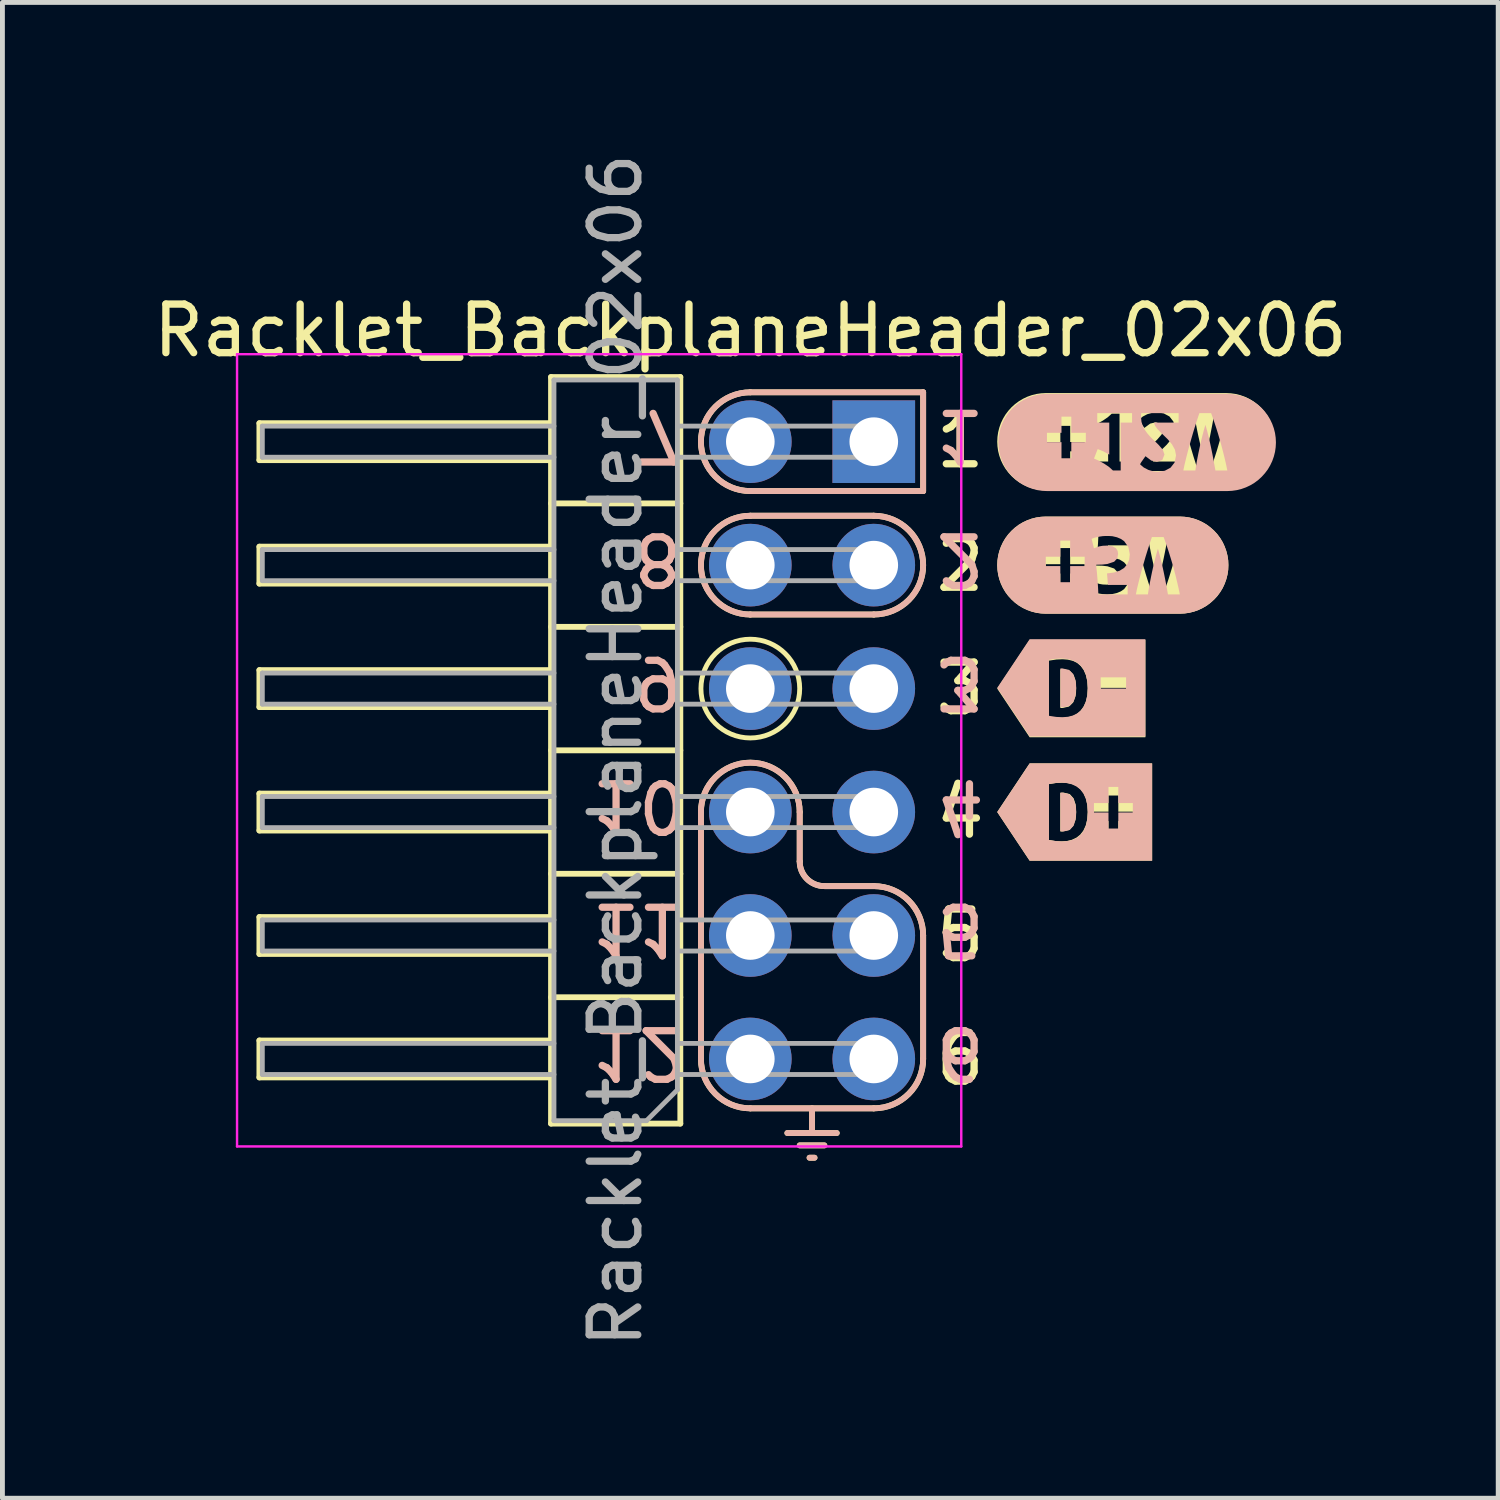
<source format=kicad_pcb>
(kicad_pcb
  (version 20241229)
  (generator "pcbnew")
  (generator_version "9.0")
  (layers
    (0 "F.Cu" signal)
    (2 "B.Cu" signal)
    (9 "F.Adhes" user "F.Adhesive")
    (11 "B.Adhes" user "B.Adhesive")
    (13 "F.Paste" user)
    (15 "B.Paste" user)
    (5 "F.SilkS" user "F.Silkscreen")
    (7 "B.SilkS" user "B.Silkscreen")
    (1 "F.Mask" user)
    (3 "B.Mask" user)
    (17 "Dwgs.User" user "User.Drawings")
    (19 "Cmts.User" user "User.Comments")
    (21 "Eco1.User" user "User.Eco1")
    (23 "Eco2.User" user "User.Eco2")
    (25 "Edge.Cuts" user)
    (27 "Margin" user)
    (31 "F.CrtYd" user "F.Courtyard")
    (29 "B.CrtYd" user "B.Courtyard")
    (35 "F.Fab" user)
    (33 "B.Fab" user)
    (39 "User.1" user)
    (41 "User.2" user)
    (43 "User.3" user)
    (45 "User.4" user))
  (footprint "Racklet_BackplaneHeader_02x06"
    (layer "F.Cu")
    (at 14.927 6.037)
    (property "Reference" "Racklet_BackplaneHeader_02x06" (at -2.54 -2.286 180) (layer "F.SilkS") (effects (font (size 1 1) (thickness 0.15))))
    (attr through_hole)
    (fp_line (start -12.64 -0.38) (end -6.64 -0.38) (stroke (width 0.12) (type solid)) (layer "F.SilkS"))
    (fp_line (start -12.64 0.38) (end -12.64 -0.38) (stroke (width 0.12) (type solid)) (layer "F.SilkS"))
    (fp_line (start -12.64 2.16) (end -6.64 2.16) (stroke (width 0.12) (type solid)) (layer "F.SilkS"))
    (fp_line (start -12.64 2.92) (end -12.64 2.16) (stroke (width 0.12) (type solid)) (layer "F.SilkS"))
    (fp_line (start -12.64 4.7) (end -6.64 4.7) (stroke (width 0.12) (type solid)) (layer "F.SilkS"))
    (fp_line (start -12.64 5.46) (end -12.64 4.7) (stroke (width 0.12) (type solid)) (layer "F.SilkS"))
    (fp_line (start -12.64 7.24) (end -6.64 7.24) (stroke (width 0.12) (type solid)) (layer "F.SilkS"))
    (fp_line (start -12.64 8) (end -12.64 7.24) (stroke (width 0.12) (type solid)) (layer "F.SilkS"))
    (fp_line (start -12.64 9.78) (end -6.64 9.78) (stroke (width 0.12) (type solid)) (layer "F.SilkS"))
    (fp_line (start -12.64 10.54) (end -12.64 9.78) (stroke (width 0.12) (type solid)) (layer "F.SilkS"))
    (fp_line (start -12.64 12.32) (end -6.64 12.32) (stroke (width 0.12) (type solid)) (layer "F.SilkS"))
    (fp_line (start -12.64 13.08) (end -12.64 12.32) (stroke (width 0.12) (type solid)) (layer "F.SilkS"))
    (fp_line (start -6.64 -1.33) (end -6.64 14.03) (stroke (width 0.12) (type solid)) (layer "F.SilkS"))
    (fp_line (start -6.64 0.38) (end -12.64 0.38) (stroke (width 0.12) (type solid)) (layer "F.SilkS"))
    (fp_line (start -6.64 2.92) (end -12.64 2.92) (stroke (width 0.12) (type solid)) (layer "F.SilkS"))
    (fp_line (start -6.64 5.46) (end -12.64 5.46) (stroke (width 0.12) (type solid)) (layer "F.SilkS"))
    (fp_line (start -6.64 8) (end -12.64 8) (stroke (width 0.12) (type solid)) (layer "F.SilkS"))
    (fp_line (start -6.64 10.54) (end -12.64 10.54) (stroke (width 0.12) (type solid)) (layer "F.SilkS"))
    (fp_line (start -6.64 13.08) (end -12.64 13.08) (stroke (width 0.12) (type solid)) (layer "F.SilkS"))
    (fp_line (start -6.64 14.03) (end -3.98 14.03) (stroke (width 0.12) (type solid)) (layer "F.SilkS"))
    (fp_line (start -3.98 -1.33) (end -6.64 -1.33) (stroke (width 0.12) (type solid)) (layer "F.SilkS"))
    (fp_line (start -3.98 1.27) (end -6.64 1.27) (stroke (width 0.12) (type solid)) (layer "F.SilkS"))
    (fp_line (start -3.98 3.81) (end -6.64 3.81) (stroke (width 0.12) (type solid)) (layer "F.SilkS"))
    (fp_line (start -3.98 6.35) (end -6.64 6.35) (stroke (width 0.12) (type solid)) (layer "F.SilkS"))
    (fp_line (start -3.98 8.89) (end -6.64 8.89) (stroke (width 0.12) (type solid)) (layer "F.SilkS"))
    (fp_line (start -3.98 11.43) (end -6.64 11.43) (stroke (width 0.12) (type solid)) (layer "F.SilkS"))
    (fp_line (start -3.98 14.03) (end -3.98 -1.33) (stroke (width 0.12) (type solid)) (layer "F.SilkS"))
    (fp_line (start -3.556 7.62) (end -3.556 12.7) (stroke (width 0.12) (type default)) (layer "F.SilkS"))
    (fp_line (start -2.54 -1.016) (end 1.016 -1.016) (stroke (width 0.12) (type solid)) (layer "F.SilkS"))
    (fp_line (start -2.54 3.556) (end 0 3.556) (stroke (width 0.12) (type default)) (layer "F.SilkS"))
    (fp_line (start -2.54 13.716) (end 0 13.716) (stroke (width 0.12) (type solid)) (layer "F.SilkS"))
    (fp_line (start -1.524 8.636) (end -1.524 7.62) (stroke (width 0.12) (type default)) (layer "F.SilkS"))
    (fp_line (start -1.27 13.716) (end -1.27 14.224) (stroke (width 0.12) (type solid)) (layer "F.SilkS"))
    (fp_line (start -1.219 14.732) (end -1.321 14.732) (stroke (width 0.12) (type solid)) (layer "F.SilkS"))
    (fp_line (start -1.016 9.144) (end 0 9.144) (stroke (width 0.12) (type default)) (layer "F.SilkS"))
    (fp_line (start -1.016 14.478) (end -1.524 14.478) (stroke (width 0.12) (type solid)) (layer "F.SilkS"))
    (fp_line (start -0.762 14.224) (end -1.778 14.224) (stroke (width 0.12) (type solid)) (layer "F.SilkS"))
    (fp_line (start 0 1.524) (end -2.54 1.524) (stroke (width 0.12) (type default)) (layer "F.SilkS"))
    (fp_line (start 1.016 -1.016) (end 1.016 1.016) (stroke (width 0.12) (type default)) (layer "F.SilkS"))
    (fp_line (start 1.016 1.016) (end -2.54 1.016) (stroke (width 0.12) (type solid)) (layer "F.SilkS"))
    (fp_line (start 1.016 12.7) (end 1.016 10.16) (stroke (width 0.12) (type default)) (layer "F.SilkS"))
    (fp_arc (start -3.556 7.62) (mid -2.54 6.604) (end -1.524 7.62) (stroke (width 0.12) (type default)) (layer "F.SilkS"))
    (fp_arc (start -2.54 1.016) (mid -3.556 0) (end -2.54 -1.016) (stroke (width 0.12) (type solid)) (layer "F.SilkS"))
    (fp_arc (start -2.54 3.556) (mid -3.556 2.54) (end -2.54 1.524) (stroke (width 0.12) (type solid)) (layer "F.SilkS"))
    (fp_arc (start -2.54 13.716) (mid -3.25842 13.41842) (end -3.556 12.7) (stroke (width 0.12) (type default)) (layer "F.SilkS"))
    (fp_arc (start -1.016 9.144) (mid -1.37521 8.99521) (end -1.524 8.636) (stroke (width 0.12) (type default)) (layer "F.SilkS"))
    (fp_arc (start 0 1.524) (mid 1.016 2.54) (end 0 3.556) (stroke (width 0.12) (type default)) (layer "F.SilkS"))
    (fp_arc (start 0 9.144) (mid 0.71842 9.44158) (end 1.016 10.16) (stroke (width 0.12) (type default)) (layer "F.SilkS"))
    (fp_arc (start 1.016 12.7) (mid 0.71842 13.41842) (end 0 13.716) (stroke (width 0.12) (type default)) (layer "F.SilkS"))
    (fp_circle (center -2.54 5.08) (end -2.54 4.064) (stroke (width 0.1) (type default)) (fill no) (layer "F.SilkS"))
    (fp_poly (pts (xy 3.838 5.478) (xy 3.859 5.48) (xy 3.88 5.48) (xy 4.015 5.45) (xy 4.102 5.366) (xy 4.15 5.239) (xy 4.161 5.162) (xy 4.164 5.078) (xy 4.153 4.93) (xy 4.113 4.802) (xy 4.035 4.713) (xy 3.907 4.68) (xy 3.873 4.681) (xy 3.838 4.686) (xy 3.838 5.478)) (stroke (width 0) (type solid)) (fill yes) (layer "F.SilkS"))
    (fp_poly (pts (xy 3.838 8.018) (xy 3.859 8.02) (xy 3.88 8.02) (xy 4.015 7.99) (xy 4.102 7.906) (xy 4.15 7.779) (xy 4.161 7.702) (xy 4.164 7.618) (xy 4.153 7.47) (xy 4.113 7.342) (xy 4.035 7.253) (xy 3.907 7.22) (xy 3.873 7.221) (xy 3.838 7.226) (xy 3.838 8.018)) (stroke (width 0) (type solid)) (fill yes) (layer "F.SilkS"))
    (fp_poly (pts (xy 3.604 4.079) (xy 3.207 4.079) (xy 2.54 5.08) (xy 3.207 6.081) (xy 3.604 6.081) (xy 3.856 6.081) (xy 3.856 5.684) (xy 3.733 5.677) (xy 3.604 5.655) (xy 3.604 4.505) (xy 3.755 4.482) (xy 3.886 4.476) (xy 3.997 4.485) (xy 4.098 4.51) (xy 4.187 4.554) (xy 4.261 4.618) (xy 4.321 4.701) (xy 4.365 4.805) (xy 4.393 4.93) (xy 4.402 5.078) (xy 4.392 5.23) (xy 4.361 5.357) (xy 4.312 5.462) (xy 4.248 5.545) (xy 4.169 5.607) (xy 4.076 5.651) (xy 3.971 5.676) (xy 3.856 5.684) (xy 3.856 6.081) (xy 5.191 6.081) (xy 5.191 5.295) (xy 4.669 5.295) (xy 4.669 5.065) (xy 5.191 5.065) (xy 5.191 5.295) (xy 5.191 6.081) (xy 5.588 6.081) (xy 5.588 4.079) (xy 5.191 4.079) (xy 3.604 4.079)) (stroke (width 0) (type solid)) (fill yes) (layer "F.SilkS"))
    (fp_poly (pts (xy 3.604 6.619) (xy 3.207 6.619) (xy 2.54 7.62) (xy 3.207 8.621) (xy 3.604 8.621) (xy 3.856 8.621) (xy 3.856 8.224) (xy 3.733 8.217) (xy 3.604 8.195) (xy 3.604 7.045) (xy 3.755 7.022) (xy 3.886 7.016) (xy 3.997 7.025) (xy 4.098 7.05) (xy 4.187 7.094) (xy 4.261 7.158) (xy 4.321 7.241) (xy 4.365 7.345) (xy 4.393 7.47) (xy 4.402 7.618) (xy 4.392 7.77) (xy 4.361 7.897) (xy 4.312 8.002) (xy 4.248 8.085) (xy 4.169 8.147) (xy 4.076 8.191) (xy 3.971 8.216) (xy 3.856 8.224) (xy 3.856 8.621) (xy 5.031 8.621) (xy 5.031 8.136) (xy 4.829 8.136) (xy 4.829 7.805) (xy 4.53 7.805) (xy 4.53 7.612) (xy 4.829 7.612) (xy 4.829 7.281) (xy 5.031 7.281) (xy 5.031 7.612) (xy 5.33 7.612) (xy 5.33 7.805) (xy 5.031 7.805) (xy 5.031 8.136) (xy 5.031 8.621) (xy 5.33 8.621) (xy 5.727 8.621) (xy 5.727 6.619) (xy 5.33 6.619) (xy 3.604 6.619)) (stroke (width 0) (type solid)) (fill yes) (layer "F.SilkS"))
    (fp_poly (pts (xy 3.539 1.541) (xy 3.539 1.541) (xy 3.441 1.546) (xy 3.344 1.56) (xy 3.249 1.584) (xy 3.157 1.617) (xy 3.068 1.659) (xy 2.984 1.709) (xy 2.905 1.768) (xy 2.833 1.834) (xy 2.767 1.906) (xy 2.708 1.985) (xy 2.658 2.069) (xy 2.616 2.158) (xy 2.583 2.25) (xy 2.559 2.345) (xy 2.545 2.442) (xy 2.54 2.54) (xy 2.545 2.638) (xy 2.559 2.735) (xy 2.583 2.83) (xy 2.616 2.922) (xy 2.658 3.011) (xy 2.708 3.095) (xy 2.767 3.174) (xy 2.833 3.246) (xy 2.905 3.312) (xy 2.984 3.371) (xy 3.068 3.421) (xy 3.157 3.463) (xy 3.249 3.496) (xy 3.344 3.52) (xy 3.441 3.534) (xy 3.539 3.539) (xy 3.539 3.539) (xy 4.04 3.539) (xy 4.04 3.045) (xy 3.838 3.045) (xy 3.838 2.713) (xy 3.539 2.713) (xy 3.539 2.521) (xy 3.838 2.521) (xy 3.838 2.189) (xy 4.04 2.189) (xy 4.04 2.521) (xy 4.339 2.521) (xy 4.339 2.713) (xy 4.04 2.713) (xy 4.04 3.045) (xy 4.04 3.539) (xy 4.8 3.539) (xy 4.8 3.142) (xy 4.707 3.136) (xy 4.615 3.122) (xy 4.536 3.102) (xy 4.482 3.081) (xy 4.53 2.887) (xy 4.636 2.925) (xy 4.709 2.938) (xy 4.798 2.942) (xy 4.912 2.927) (xy 4.982 2.888) (xy 5.017 2.833) (xy 5.027 2.771) (xy 5.011 2.68) (xy 4.946 2.61) (xy 4.808 2.564) (xy 4.704 2.552) (xy 4.573 2.548) (xy 4.591 2.389) (xy 4.604 2.234) (xy 4.614 2.084) (xy 4.621 1.938) (xy 5.223 1.938) (xy 5.223 2.132) (xy 4.817 2.132) (xy 4.808 2.26) (xy 4.798 2.369) (xy 4.942 2.388) (xy 5.06 2.426) (xy 5.151 2.483) (xy 5.215 2.558) (xy 5.254 2.65) (xy 5.267 2.761) (xy 5.238 2.912) (xy 5.151 3.033) (xy 5.084 3.079) (xy 5.004 3.113) (xy 4.909 3.135) (xy 4.8 3.142) (xy 4.8 3.539) (xy 5.722 3.539) (xy 5.722 3.117) (xy 5.675 2.977) (xy 5.625 2.82) (xy 5.591 2.71) (xy 5.559 2.599) (xy 5.528 2.49) (xy 5.498 2.382) (xy 5.471 2.278) (xy 5.446 2.178) (xy 5.414 2.045) (xy 5.393 1.938) (xy 5.64 1.938) (xy 5.655 2.037) (xy 5.675 2.15) (xy 5.699 2.273) (xy 5.725 2.4) (xy 5.754 2.528) (xy 5.784 2.653) (xy 5.815 2.772) (xy 5.846 2.877) (xy 5.876 2.773) (xy 5.907 2.655) (xy 5.936 2.53) (xy 5.964 2.402) (xy 5.99 2.275) (xy 6.014 2.151) (xy 6.035 2.037) (xy 6.052 1.938) (xy 6.297 1.938) (xy 6.272 2.059) (xy 6.241 2.193) (xy 6.206 2.338) (xy 6.165 2.49) (xy 6.136 2.594) (xy 6.104 2.699) (xy 6.071 2.806) (xy 6.036 2.912) (xy 6 3.016) (xy 5.964 3.117) (xy 5.722 3.117) (xy 5.722 3.539) (xy 6.297 3.539) (xy 6.298 3.539) (xy 6.396 3.534) (xy 6.492 3.52) (xy 6.588 3.496) (xy 6.68 3.463) (xy 6.768 3.421) (xy 6.853 3.371) (xy 6.931 3.312) (xy 7.004 3.246) (xy 7.07 3.174) (xy 7.128 3.095) (xy 7.179 3.011) (xy 7.22 2.922) (xy 7.253 2.83) (xy 7.277 2.735) (xy 7.292 2.638) (xy 7.296 2.54) (xy 7.292 2.442) (xy 7.277 2.345) (xy 7.253 2.25) (xy 7.22 2.158) (xy 7.179 2.069) (xy 7.128 1.985) (xy 7.07 1.906) (xy 7.004 1.834) (xy 6.931 1.768) (xy 6.853 1.709) (xy 6.768 1.659) (xy 6.68 1.617) (xy 6.588 1.584) (xy 6.492 1.56) (xy 6.396 1.546) (xy 6.298 1.541) (xy 6.297 1.541) (xy 3.539 1.541)) (stroke (width 0) (type solid)) (fill yes) (layer "F.SilkS"))
    (fp_poly (pts (xy 3.54 -1) (xy 3.54 -1) (xy 3.442 -0.995) (xy 3.345 -0.981) (xy 3.25 -0.957) (xy 3.157 -0.924) (xy 3.069 -0.882) (xy 2.984 -0.831) (xy 2.906 -0.773) (xy 2.833 -0.707) (xy 2.767 -0.634) (xy 2.708 -0.555) (xy 2.658 -0.471) (xy 2.616 -0.383) (xy 2.583 -0.29) (xy 2.559 -0.195) (xy 2.545 -0.098) (xy 2.54 0) (xy 2.545 0.098) (xy 2.559 0.195) (xy 2.583 0.29) (xy 2.616 0.383) (xy 2.658 0.471) (xy 2.708 0.555) (xy 2.767 0.634) (xy 2.833 0.707) (xy 2.906 0.773) (xy 2.984 0.831) (xy 3.069 0.882) (xy 3.157 0.924) (xy 3.25 0.957) (xy 3.345 0.981) (xy 3.442 0.995) (xy 3.54 1) (xy 3.54 1) (xy 4.041 1) (xy 4.041 0.531) (xy 3.839 0.531) (xy 3.839 0.199) (xy 3.54 0.199) (xy 3.54 0.007) (xy 3.839 0.007) (xy 3.839 -0.325) (xy 4.041 -0.325) (xy 4.041 0.007) (xy 4.34 0.007) (xy 4.34 0.199) (xy 4.041 0.199) (xy 4.041 0.531) (xy 4.041 1) (xy 5.291 1) (xy 5.291 0.603) (xy 4.574 0.603) (xy 4.574 0.409) (xy 4.822 0.409) (xy 4.822 -0.251) (xy 4.7 -0.183) (xy 4.584 -0.136) (xy 4.508 -0.331) (xy 4.607 -0.374) (xy 4.713 -0.433) (xy 4.814 -0.502) (xy 4.896 -0.576) (xy 5.056 -0.576) (xy 5.056 0.409) (xy 5.291 0.409) (xy 5.291 0.603) (xy 5.291 1) (xy 6.249 1) (xy 6.249 0.603) (xy 5.479 0.603) (xy 5.474 0.555) (xy 5.475 0.515) (xy 5.484 0.424) (xy 5.511 0.34) (xy 5.551 0.263) (xy 5.6 0.192) (xy 5.656 0.127) (xy 5.716 0.067) (xy 5.776 0.01) (xy 5.833 -0.045) (xy 5.922 -0.148) (xy 5.957 -0.249) (xy 5.914 -0.36) (xy 5.803 -0.399) (xy 5.687 -0.372) (xy 5.567 -0.283) (xy 5.451 -0.447) (xy 5.533 -0.516) (xy 5.627 -0.565) (xy 5.727 -0.593) (xy 5.826 -0.603) (xy 5.965 -0.582) (xy 6.083 -0.519) (xy 6.165 -0.413) (xy 6.196 -0.266) (xy 6.173 -0.149) (xy 6.112 -0.039) (xy 6.026 0.064) (xy 5.929 0.159) (xy 5.872 0.213) (xy 5.811 0.278) (xy 5.762 0.346) (xy 5.742 0.409) (xy 6.249 0.409) (xy 6.249 0.603) (xy 6.249 1) (xy 6.676 1) (xy 6.676 0.603) (xy 6.628 0.463) (xy 6.578 0.306) (xy 6.545 0.195) (xy 6.512 0.085) (xy 6.481 -0.025) (xy 6.452 -0.133) (xy 6.425 -0.236) (xy 6.399 -0.336) (xy 6.368 -0.47) (xy 6.346 -0.576) (xy 6.594 -0.576) (xy 6.608 -0.477) (xy 6.628 -0.364) (xy 6.652 -0.241) (xy 6.678 -0.114) (xy 6.707 0.013) (xy 6.738 0.139) (xy 6.769 0.257) (xy 6.799 0.363) (xy 6.83 0.259) (xy 6.86 0.141) (xy 6.89 0.015) (xy 6.918 -0.112) (xy 6.943 -0.239) (xy 6.967 -0.363) (xy 6.988 -0.477) (xy 7.005 -0.576) (xy 7.251 -0.576) (xy 7.225 -0.455) (xy 7.195 -0.321) (xy 7.159 -0.176) (xy 7.119 -0.025) (xy 7.089 0.079) (xy 7.058 0.185) (xy 7.024 0.291) (xy 6.989 0.398) (xy 6.954 0.501) (xy 6.918 0.603) (xy 6.676 0.603) (xy 6.676 1) (xy 7.251 1) (xy 7.251 1) (xy 7.349 0.995) (xy 7.446 0.981) (xy 7.541 0.957) (xy 7.634 0.924) (xy 7.722 0.882) (xy 7.807 0.831) (xy 7.885 0.773) (xy 7.958 0.707) (xy 8.024 0.634) (xy 8.082 0.555) (xy 8.133 0.471) (xy 8.175 0.383) (xy 8.208 0.29) (xy 8.232 0.195) (xy 8.246 0.098) (xy 8.251 0) (xy 8.246 -0.098) (xy 8.232 -0.195) (xy 8.208 -0.29) (xy 8.175 -0.383) (xy 8.133 -0.471) (xy 8.082 -0.555) (xy 8.024 -0.634) (xy 7.958 -0.707) (xy 7.885 -0.773) (xy 7.807 -0.831) (xy 7.722 -0.882) (xy 7.634 -0.924) (xy 7.541 -0.957) (xy 7.446 -0.981) (xy 7.349 -0.995) (xy 7.251 -1) (xy 7.251 -1) (xy 3.54 -1)) (stroke (width 0) (type solid)) (fill yes) (layer "F.SilkS"))
    (fp_line (start -3.556 7.62) (end -3.556 12.7) (stroke (width 0.12) (type default)) (layer "B.SilkS"))
    (fp_line (start -2.54 1.016) (end 1.016 1.016) (stroke (width 0.12) (type solid)) (layer "B.SilkS"))
    (fp_line (start -2.54 1.524) (end 0 1.524) (stroke (width 0.12) (type default)) (layer "B.SilkS"))
    (fp_line (start -2.54 13.716) (end 0 13.716) (stroke (width 0.12) (type solid)) (layer "B.SilkS"))
    (fp_line (start -1.778 14.224) (end -0.762 14.224) (stroke (width 0.12) (type solid)) (layer "B.SilkS"))
    (fp_line (start -1.524 8.636) (end -1.524 7.62) (stroke (width 0.12) (type default)) (layer "B.SilkS"))
    (fp_line (start -1.524 14.478) (end -1.016 14.478) (stroke (width 0.12) (type solid)) (layer "B.SilkS"))
    (fp_line (start -1.321 14.732) (end -1.219 14.732) (stroke (width 0.12) (type solid)) (layer "B.SilkS"))
    (fp_line (start -1.27 13.716) (end -1.27 14.224) (stroke (width 0.12) (type solid)) (layer "B.SilkS"))
    (fp_line (start -1.016 9.144) (end 0 9.144) (stroke (width 0.12) (type default)) (layer "B.SilkS"))
    (fp_line (start 0 3.556) (end -2.54 3.556) (stroke (width 0.12) (type default)) (layer "B.SilkS"))
    (fp_line (start 1.016 -1.016) (end -2.54 -1.016) (stroke (width 0.12) (type solid)) (layer "B.SilkS"))
    (fp_line (start 1.016 1.016) (end 1.016 -1.016) (stroke (width 0.12) (type default)) (layer "B.SilkS"))
    (fp_line (start 1.016 12.7) (end 1.016 10.16) (stroke (width 0.12) (type default)) (layer "B.SilkS"))
    (fp_arc (start -3.556 7.62) (mid -2.54 6.604) (end -1.524 7.62) (stroke (width 0.12) (type default)) (layer "B.SilkS"))
    (fp_arc (start -2.54 1.016) (mid -3.556 0) (end -2.54 -1.016) (stroke (width 0.12) (type solid)) (layer "B.SilkS"))
    (fp_arc (start -2.54 3.556) (mid -3.556 2.54) (end -2.54 1.524) (stroke (width 0.12) (type default)) (layer "B.SilkS"))
    (fp_arc (start -2.54 13.716) (mid -3.25842 13.41842) (end -3.556 12.7) (stroke (width 0.12) (type default)) (layer "B.SilkS"))
    (fp_arc (start -1.016 9.144) (mid -1.37521 8.99521) (end -1.524 8.636) (stroke (width 0.12) (type default)) (layer "B.SilkS"))
    (fp_arc (start 0 1.524) (mid 1.016 2.54) (end 0 3.556) (stroke (width 0.12) (type solid)) (layer "B.SilkS"))
    (fp_arc (start 0 9.144) (mid 0.71842 9.44158) (end 1.016 10.16) (stroke (width 0.12) (type default)) (layer "B.SilkS"))
    (fp_arc (start 1.016 12.7) (mid 0.71842 13.41842) (end 0 13.716) (stroke (width 0.12) (type default)) (layer "B.SilkS"))
    (fp_poly (pts (xy 3.838 7.222) (xy 3.859 7.22) (xy 3.88 7.22) (xy 4.015 7.25) (xy 4.102 7.334) (xy 4.15 7.461) (xy 4.161 7.538) (xy 4.164 7.622) (xy 4.153 7.77) (xy 4.113 7.898) (xy 4.035 7.987) (xy 3.907 8.02) (xy 3.873 8.019) (xy 3.838 8.014) (xy 3.838 7.222)) (stroke (width 0) (type solid)) (fill yes) (layer "B.SilkS"))
    (fp_poly (pts (xy 3.839 4.667) (xy 3.86 4.665) (xy 3.88 4.665) (xy 4.015 4.695) (xy 4.102 4.779) (xy 4.15 4.906) (xy 4.161 4.983) (xy 4.164 5.067) (xy 4.153 5.215) (xy 4.113 5.343) (xy 4.035 5.431) (xy 3.907 5.465) (xy 3.873 5.464) (xy 3.839 5.459) (xy 3.839 4.667)) (stroke (width 0) (type solid)) (fill yes) (layer "B.SilkS"))
    (fp_poly (pts (xy 3.604 6.066) (xy 3.207 6.066) (xy 2.54 5.065) (xy 3.207 4.064) (xy 3.604 4.064) (xy 3.856 4.064) (xy 3.856 4.461) (xy 3.733 4.468) (xy 3.604 4.489) (xy 3.604 5.64) (xy 3.755 5.663) (xy 3.886 5.669) (xy 3.997 5.66) (xy 4.099 5.634) (xy 4.187 5.59) (xy 4.261 5.527) (xy 4.321 5.443) (xy 4.365 5.34) (xy 4.393 5.215) (xy 4.402 5.067) (xy 4.392 4.915) (xy 4.361 4.788) (xy 4.313 4.683) (xy 4.248 4.6) (xy 4.169 4.537) (xy 4.076 4.494) (xy 3.971 4.469) (xy 3.856 4.461) (xy 3.856 4.064) (xy 5.191 4.064) (xy 5.191 4.849) (xy 4.669 4.849) (xy 4.669 5.08) (xy 5.191 5.08) (xy 5.191 4.849) (xy 5.191 4.064) (xy 5.588 4.064) (xy 5.588 6.066) (xy 5.191 6.066) (xy 3.604 6.066)) (stroke (width 0) (type solid)) (fill yes) (layer "B.SilkS"))
    (fp_poly (pts (xy 3.604 8.621) (xy 3.207 8.621) (xy 2.54 7.62) (xy 3.207 6.619) (xy 3.604 6.619) (xy 3.856 6.619) (xy 3.856 7.016) (xy 3.733 7.023) (xy 3.604 7.045) (xy 3.604 8.195) (xy 3.755 8.218) (xy 3.886 8.224) (xy 3.997 8.215) (xy 4.098 8.19) (xy 4.187 8.146) (xy 4.261 8.082) (xy 4.321 7.999) (xy 4.365 7.895) (xy 4.393 7.77) (xy 4.402 7.622) (xy 4.392 7.47) (xy 4.361 7.343) (xy 4.312 7.238) (xy 4.248 7.155) (xy 4.169 7.093) (xy 4.076 7.049) (xy 3.971 7.024) (xy 3.856 7.016) (xy 3.856 6.619) (xy 5.031 6.619) (xy 5.031 7.104) (xy 4.829 7.104) (xy 4.829 7.435) (xy 4.53 7.435) (xy 4.53 7.628) (xy 4.829 7.628) (xy 4.829 7.959) (xy 5.031 7.959) (xy 5.031 7.628) (xy 5.33 7.628) (xy 5.33 7.435) (xy 5.031 7.435) (xy 5.031 7.104) (xy 5.031 6.619) (xy 5.33 6.619) (xy 5.727 6.619) (xy 5.727 8.621) (xy 5.33 8.621) (xy 3.604 8.621)) (stroke (width 0) (type solid)) (fill yes) (layer "B.SilkS"))
    (fp_poly (pts (xy 3.539 3.539) (xy 3.539 3.539) (xy 3.441 3.534) (xy 3.344 3.52) (xy 3.249 3.496) (xy 3.157 3.463) (xy 3.068 3.421) (xy 2.984 3.371) (xy 2.905 3.312) (xy 2.833 3.246) (xy 2.767 3.174) (xy 2.708 3.095) (xy 2.658 3.011) (xy 2.616 2.922) (xy 2.583 2.83) (xy 2.559 2.735) (xy 2.545 2.638) (xy 2.54 2.54) (xy 2.545 2.442) (xy 2.559 2.345) (xy 2.583 2.25) (xy 2.616 2.158) (xy 2.658 2.069) (xy 2.708 1.985) (xy 2.767 1.906) (xy 2.833 1.834) (xy 2.905 1.768) (xy 2.984 1.709) (xy 3.068 1.659) (xy 3.157 1.617) (xy 3.249 1.584) (xy 3.344 1.56) (xy 3.441 1.546) (xy 3.539 1.541) (xy 3.539 1.541) (xy 4.04 1.541) (xy 4.04 2.035) (xy 3.838 2.035) (xy 3.838 2.367) (xy 3.539 2.367) (xy 3.539 2.559) (xy 3.838 2.559) (xy 3.838 2.891) (xy 4.04 2.891) (xy 4.04 2.559) (xy 4.339 2.559) (xy 4.339 2.367) (xy 4.04 2.367) (xy 4.04 2.035) (xy 4.04 1.541) (xy 4.8 1.541) (xy 4.8 1.938) (xy 4.707 1.944) (xy 4.615 1.958) (xy 4.536 1.978) (xy 4.482 1.999) (xy 4.53 2.193) (xy 4.636 2.155) (xy 4.709 2.142) (xy 4.798 2.138) (xy 4.912 2.153) (xy 4.982 2.192) (xy 5.017 2.247) (xy 5.027 2.309) (xy 5.011 2.4) (xy 4.946 2.47) (xy 4.808 2.516) (xy 4.704 2.528) (xy 4.573 2.532) (xy 4.591 2.691) (xy 4.604 2.846) (xy 4.614 2.996) (xy 4.621 3.142) (xy 5.223 3.142) (xy 5.223 2.948) (xy 4.817 2.948) (xy 4.808 2.82) (xy 4.798 2.711) (xy 4.942 2.692) (xy 5.06 2.654) (xy 5.151 2.597) (xy 5.215 2.522) (xy 5.254 2.43) (xy 5.267 2.319) (xy 5.238 2.168) (xy 5.151 2.047) (xy 5.084 2.001) (xy 5.004 1.967) (xy 4.909 1.945) (xy 4.8 1.938) (xy 4.8 1.541) (xy 5.722 1.541) (xy 5.722 1.963) (xy 5.675 2.103) (xy 5.625 2.26) (xy 5.591 2.37) (xy 5.559 2.481) (xy 5.528 2.59) (xy 5.498 2.698) (xy 5.471 2.802) (xy 5.446 2.902) (xy 5.414 3.035) (xy 5.393 3.142) (xy 5.64 3.142) (xy 5.655 3.043) (xy 5.675 2.93) (xy 5.699 2.807) (xy 5.725 2.68) (xy 5.754 2.552) (xy 5.784 2.427) (xy 5.815 2.308) (xy 5.846 2.203) (xy 5.876 2.307) (xy 5.907 2.425) (xy 5.936 2.55) (xy 5.964 2.678) (xy 5.99 2.805) (xy 6.014 2.929) (xy 6.035 3.043) (xy 6.052 3.142) (xy 6.297 3.142) (xy 6.272 3.021) (xy 6.241 2.887) (xy 6.206 2.742) (xy 6.165 2.59) (xy 6.136 2.486) (xy 6.104 2.381) (xy 6.071 2.274) (xy 6.036 2.168) (xy 6 2.064) (xy 5.964 1.963) (xy 5.722 1.963) (xy 5.722 1.541) (xy 6.297 1.541) (xy 6.298 1.541) (xy 6.396 1.546) (xy 6.492 1.56) (xy 6.588 1.584) (xy 6.68 1.617) (xy 6.768 1.659) (xy 6.853 1.709) (xy 6.931 1.768) (xy 7.004 1.834) (xy 7.07 1.906) (xy 7.128 1.985) (xy 7.179 2.069) (xy 7.22 2.158) (xy 7.253 2.25) (xy 7.277 2.345) (xy 7.292 2.442) (xy 7.296 2.54) (xy 7.292 2.638) (xy 7.277 2.735) (xy 7.253 2.83) (xy 7.22 2.922) (xy 7.179 3.011) (xy 7.128 3.095) (xy 7.07 3.174) (xy 7.004 3.246) (xy 6.931 3.312) (xy 6.853 3.371) (xy 6.768 3.421) (xy 6.68 3.463) (xy 6.588 3.496) (xy 6.492 3.52) (xy 6.396 3.534) (xy 6.298 3.539) (xy 6.297 3.539) (xy 3.539 3.539)) (stroke (width 0) (type solid)) (fill yes) (layer "B.SilkS"))
    (fp_poly (pts (xy 3.563 1.016) (xy 3.563 1.016) (xy 3.465 1.011) (xy 3.368 0.997) (xy 3.273 0.973) (xy 3.181 0.94) (xy 3.092 0.898) (xy 3.008 0.848) (xy 2.929 0.789) (xy 2.856 0.723) (xy 2.79 0.65) (xy 2.732 0.572) (xy 2.681 0.487) (xy 2.639 0.399) (xy 2.606 0.306) (xy 2.583 0.211) (xy 2.568 0.114) (xy 2.563 0.016) (xy 2.568 -0.082) (xy 2.583 -0.179) (xy 2.606 -0.274) (xy 2.639 -0.366) (xy 2.681 -0.455) (xy 2.732 -0.539) (xy 2.79 -0.618) (xy 2.856 -0.691) (xy 2.929 -0.757) (xy 3.008 -0.815) (xy 3.092 -0.866) (xy 3.181 -0.908) (xy 3.273 -0.941) (xy 3.368 -0.964) (xy 3.465 -0.979) (xy 3.563 -0.984) (xy 3.563 -0.984) (xy 4.064 -0.984) (xy 4.064 -0.514) (xy 3.862 -0.514) (xy 3.862 -0.183) (xy 3.563 -0.183) (xy 3.563 0.01) (xy 3.862 0.01) (xy 3.862 0.341) (xy 4.064 0.341) (xy 4.064 0.01) (xy 4.363 0.01) (xy 4.363 -0.183) (xy 4.064 -0.183) (xy 4.064 -0.514) (xy 4.064 -0.984) (xy 5.314 -0.984) (xy 5.314 -0.587) (xy 4.598 -0.587) (xy 4.598 -0.392) (xy 4.845 -0.392) (xy 4.845 0.267) (xy 4.723 0.199) (xy 4.607 0.152) (xy 4.531 0.347) (xy 4.63 0.391) (xy 4.737 0.45) (xy 4.838 0.518) (xy 4.92 0.592) (xy 5.08 0.592) (xy 5.08 -0.392) (xy 5.314 -0.392) (xy 5.314 -0.587) (xy 5.314 -0.984) (xy 6.272 -0.984) (xy 6.272 -0.587) (xy 5.503 -0.587) (xy 5.498 -0.539) (xy 5.499 -0.499) (xy 5.508 -0.408) (xy 5.534 -0.324) (xy 5.574 -0.247) (xy 5.624 -0.176) (xy 5.68 -0.111) (xy 5.74 -0.05) (xy 5.8 0.006) (xy 5.856 0.061) (xy 5.946 0.164) (xy 5.981 0.265) (xy 5.937 0.376) (xy 5.826 0.415) (xy 5.71 0.389) (xy 5.59 0.299) (xy 5.474 0.463) (xy 5.556 0.532) (xy 5.65 0.581) (xy 5.75 0.61) (xy 5.849 0.619) (xy 5.988 0.598) (xy 6.106 0.535) (xy 6.188 0.43) (xy 6.219 0.282) (xy 6.196 0.165) (xy 6.135 0.055) (xy 6.049 -0.048) (xy 5.952 -0.143) (xy 5.895 -0.197) (xy 5.834 -0.262) (xy 5.785 -0.33) (xy 5.765 -0.392) (xy 6.272 -0.392) (xy 6.272 -0.587) (xy 6.272 -0.984) (xy 6.699 -0.984) (xy 6.699 -0.587) (xy 6.652 -0.447) (xy 6.602 -0.29) (xy 6.568 -0.179) (xy 6.536 -0.069) (xy 6.505 0.041) (xy 6.475 0.149) (xy 6.448 0.253) (xy 6.423 0.352) (xy 6.391 0.486) (xy 6.369 0.592) (xy 6.617 0.592) (xy 6.631 0.494) (xy 6.651 0.38) (xy 6.675 0.257) (xy 6.702 0.13) (xy 6.73 0.003) (xy 6.761 -0.123) (xy 6.792 -0.241) (xy 6.823 -0.347) (xy 6.853 -0.243) (xy 6.884 -0.125) (xy 6.913 0.001) (xy 6.941 0.129) (xy 6.967 0.256) (xy 6.99 0.379) (xy 7.011 0.493) (xy 7.029 0.592) (xy 7.274 0.592) (xy 7.249 0.471) (xy 7.218 0.337) (xy 7.182 0.193) (xy 7.142 0.041) (xy 7.112 -0.063) (xy 7.081 -0.169) (xy 7.048 -0.275) (xy 7.013 -0.381) (xy 6.977 -0.485) (xy 6.941 -0.587) (xy 6.699 -0.587) (xy 6.699 -0.984) (xy 7.274 -0.984) (xy 7.274 -0.984) (xy 7.372 -0.979) (xy 7.469 -0.964) (xy 7.565 -0.941) (xy 7.657 -0.908) (xy 7.746 -0.866) (xy 7.83 -0.815) (xy 7.909 -0.757) (xy 7.981 -0.691) (xy 8.047 -0.618) (xy 8.106 -0.539) (xy 8.156 -0.455) (xy 8.198 -0.366) (xy 8.231 -0.274) (xy 8.255 -0.179) (xy 8.269 -0.082) (xy 8.274 0.016) (xy 8.269 0.114) (xy 8.255 0.211) (xy 8.231 0.306) (xy 8.198 0.399) (xy 8.156 0.487) (xy 8.106 0.572) (xy 8.047 0.65) (xy 7.981 0.723) (xy 7.909 0.789) (xy 7.83 0.848) (xy 7.746 0.898) (xy 7.657 0.94) (xy 7.565 0.973) (xy 7.469 0.997) (xy 7.372 1.011) (xy 7.274 1.016) (xy 7.274 1.016) (xy 3.563 1.016)) (stroke (width 0) (type solid)) (fill yes) (layer "B.SilkS"))
    (fp_line (start -13.1 -1.8) (end -13.1 14.5) (stroke (width 0.05) (type solid)) (layer "F.CrtYd"))
    (fp_line (start -13.1 14.5) (end 1.8 14.5) (stroke (width 0.05) (type solid)) (layer "F.CrtYd"))
    (fp_line (start 1.8 -1.8) (end -13.1 -1.8) (stroke (width 0.05) (type solid)) (layer "F.CrtYd"))
    (fp_line (start 1.8 14.5) (end 1.8 -1.8) (stroke (width 0.05) (type solid)) (layer "F.CrtYd"))
    (fp_line (start -12.58 0.32) (end -12.58 -0.32) (stroke (width 0.1) (type solid)) (layer "F.Fab"))
    (fp_line (start -12.58 2.86) (end -12.58 2.22) (stroke (width 0.1) (type solid)) (layer "F.Fab"))
    (fp_line (start -12.58 5.4) (end -12.58 4.76) (stroke (width 0.1) (type solid)) (layer "F.Fab"))
    (fp_line (start -12.58 7.94) (end -12.58 7.3) (stroke (width 0.1) (type solid)) (layer "F.Fab"))
    (fp_line (start -12.58 10.48) (end -12.58 9.84) (stroke (width 0.1) (type solid)) (layer "F.Fab"))
    (fp_line (start -12.58 13.02) (end -12.58 12.38) (stroke (width 0.1) (type solid)) (layer "F.Fab"))
    (fp_line (start -6.58 -1.27) (end -4.04 -1.27) (stroke (width 0.1) (type solid)) (layer "F.Fab"))
    (fp_line (start -6.58 -0.32) (end -12.58 -0.32) (stroke (width 0.1) (type solid)) (layer "F.Fab"))
    (fp_line (start -6.58 0.32) (end -12.58 0.32) (stroke (width 0.1) (type solid)) (layer "F.Fab"))
    (fp_line (start -6.58 2.22) (end -12.58 2.22) (stroke (width 0.1) (type solid)) (layer "F.Fab"))
    (fp_line (start -6.58 2.86) (end -12.58 2.86) (stroke (width 0.1) (type solid)) (layer "F.Fab"))
    (fp_line (start -6.58 4.76) (end -12.58 4.76) (stroke (width 0.1) (type solid)) (layer "F.Fab"))
    (fp_line (start -6.58 5.4) (end -12.58 5.4) (stroke (width 0.1) (type solid)) (layer "F.Fab"))
    (fp_line (start -6.58 7.3) (end -12.58 7.3) (stroke (width 0.1) (type solid)) (layer "F.Fab"))
    (fp_line (start -6.58 7.94) (end -12.58 7.94) (stroke (width 0.1) (type solid)) (layer "F.Fab"))
    (fp_line (start -6.58 9.84) (end -12.58 9.84) (stroke (width 0.1) (type solid)) (layer "F.Fab"))
    (fp_line (start -6.58 10.48) (end -12.58 10.48) (stroke (width 0.1) (type solid)) (layer "F.Fab"))
    (fp_line (start -6.58 12.38) (end -12.58 12.38) (stroke (width 0.1) (type solid)) (layer "F.Fab"))
    (fp_line (start -6.58 13.02) (end -12.58 13.02) (stroke (width 0.1) (type solid)) (layer "F.Fab"))
    (fp_line (start -6.58 13.97) (end -6.58 -1.27) (stroke (width 0.1) (type solid)) (layer "F.Fab"))
    (fp_line (start -4.675 13.97) (end -6.58 13.97) (stroke (width 0.1) (type solid)) (layer "F.Fab"))
    (fp_line (start -4.04 -1.27) (end -4.04 13.335) (stroke (width 0.1) (type solid)) (layer "F.Fab"))
    (fp_line (start -4.04 13.335) (end -4.675 13.97) (stroke (width 0.1) (type solid)) (layer "F.Fab"))
    (fp_line (start 0.32 -0.32) (end -4.04 -0.32) (stroke (width 0.1) (type solid)) (layer "F.Fab"))
    (fp_line (start 0.32 0.32) (end -4.04 0.32) (stroke (width 0.1) (type solid)) (layer "F.Fab"))
    (fp_line (start 0.32 0.32) (end 0.32 -0.32) (stroke (width 0.1) (type solid)) (layer "F.Fab"))
    (fp_line (start 0.32 2.22) (end -4.04 2.22) (stroke (width 0.1) (type solid)) (layer "F.Fab"))
    (fp_line (start 0.32 2.86) (end -4.04 2.86) (stroke (width 0.1) (type solid)) (layer "F.Fab"))
    (fp_line (start 0.32 2.86) (end 0.32 2.22) (stroke (width 0.1) (type solid)) (layer "F.Fab"))
    (fp_line (start 0.32 4.76) (end -4.04 4.76) (stroke (width 0.1) (type solid)) (layer "F.Fab"))
    (fp_line (start 0.32 5.4) (end -4.04 5.4) (stroke (width 0.1) (type solid)) (layer "F.Fab"))
    (fp_line (start 0.32 5.4) (end 0.32 4.76) (stroke (width 0.1) (type solid)) (layer "F.Fab"))
    (fp_line (start 0.32 7.3) (end -4.04 7.3) (stroke (width 0.1) (type solid)) (layer "F.Fab"))
    (fp_line (start 0.32 7.94) (end -4.04 7.94) (stroke (width 0.1) (type solid)) (layer "F.Fab"))
    (fp_line (start 0.32 7.94) (end 0.32 7.3) (stroke (width 0.1) (type solid)) (layer "F.Fab"))
    (fp_line (start 0.32 9.84) (end -4.04 9.84) (stroke (width 0.1) (type solid)) (layer "F.Fab"))
    (fp_line (start 0.32 10.48) (end -4.04 10.48) (stroke (width 0.1) (type solid)) (layer "F.Fab"))
    (fp_line (start 0.32 10.48) (end 0.32 9.84) (stroke (width 0.1) (type solid)) (layer "F.Fab"))
    (fp_line (start 0.32 12.38) (end -4.04 12.38) (stroke (width 0.1) (type solid)) (layer "F.Fab"))
    (fp_line (start 0.32 13.02) (end -4.04 13.02) (stroke (width 0.1) (type solid)) (layer "F.Fab"))
    (fp_line (start 0.32 13.02) (end 0.32 12.38) (stroke (width 0.1) (type solid)) (layer "F.Fab"))
    (fp_text user "1" (at 1.778 0 0) (unlocked yes) (layer "F.SilkS") (effects (font (size 1 1) (thickness 0.15))))
    (fp_text user "6" (at 1.778 12.7 0) (unlocked yes) (layer "F.SilkS") (effects (font (size 1 1) (thickness 0.15))))
    (fp_text user "2" (at 1.778 2.54 0) (unlocked yes) (layer "F.SilkS") (effects (font (size 1 1) (thickness 0.15))))
    (fp_text user "5" (at 1.778 10.16 0) (unlocked yes) (layer "F.SilkS") (effects (font (size 1 1) (thickness 0.15))))
    (fp_text user "3" (at 1.778 5.08 0) (unlocked yes) (layer "F.SilkS") (effects (font (size 1 1) (thickness 0.15))))
    (fp_text user "4" (at 1.778 7.62 0) (unlocked yes) (layer "F.SilkS") (effects (font (size 1 1) (thickness 0.15))))
    (fp_text user "9" (at -4.445 4.953 180) (unlocked yes) (layer "B.SilkS") (effects (font (size 1 1) (thickness 0.15)) (justify mirror)))
    (fp_text user "7" (at -4.445 -0.127 180) (unlocked yes) (layer "B.SilkS") (effects (font (size 1 1) (thickness 0.15)) (justify mirror)))
    (fp_text user "5" (at 1.778 10.033 180) (unlocked yes) (layer "B.SilkS") (effects (font (size 1 1) (thickness 0.15)) (justify mirror)))
    (fp_text user "12" (at -4.826 12.573 180) (unlocked yes) (layer "B.SilkS") (effects (font (size 1 1) (thickness 0.15)) (justify mirror)))
    (fp_text user "8" (at -4.445 2.413 180) (unlocked yes) (layer "B.SilkS") (effects (font (size 1 1) (thickness 0.15)) (justify mirror)))
    (fp_text user "4" (at 1.778 7.493 180) (unlocked yes) (layer "B.SilkS") (effects (font (size 1 1) (thickness 0.15)) (justify mirror)))
    (fp_text user "6" (at 1.778 12.573 180) (unlocked yes) (layer "B.SilkS") (effects (font (size 1 1) (thickness 0.15)) (justify mirror)))
    (fp_text user "2" (at 1.778 2.413 180) (unlocked yes) (layer "B.SilkS") (effects (font (size 1 1) (thickness 0.15)) (justify mirror)))
    (fp_text user "11" (at -4.826 10.033 180) (unlocked yes) (layer "B.SilkS") (effects (font (size 1 1) (thickness 0.15)) (justify mirror)))
    (fp_text user "10" (at -4.826 7.493 180) (unlocked yes) (layer "B.SilkS") (effects (font (size 1 1) (thickness 0.15)) (justify mirror)))
    (fp_text user "1" (at 1.778 -0.127 180) (unlocked yes) (layer "B.SilkS") (effects (font (size 1 1) (thickness 0.15)) (justify mirror)))
    (fp_text user "3" (at 1.778 4.953 180) (unlocked yes) (layer "B.SilkS") (effects (font (size 1 1) (thickness 0.15)) (justify mirror)))
    (fp_text user "${REFERENCE}" (at -5.31 6.35 270) (layer "F.Fab") (effects (font (size 1 1) (thickness 0.15))))
    (pad "1" thru_hole rect (at 0 0 180) (size 1.7 1.7) (drill 1) (layers "*.Cu" "*.Mask"))
    (pad "2" thru_hole oval (at 0 2.54 180) (size 1.7 1.7) (drill 1) (layers "*.Cu" "*.Mask"))
    (pad "3" thru_hole oval (at 0 5.08 180) (size 1.7 1.7) (drill 1) (layers "*.Cu" "*.Mask"))
    (pad "4" thru_hole oval (at 0 7.62 180) (size 1.7 1.7) (drill 1) (layers "*.Cu" "*.Mask"))
    (pad "5" thru_hole oval (at 0 10.16 180) (size 1.7 1.7) (drill 1) (layers "*.Cu" "*.Mask"))
    (pad "6" thru_hole oval (at 0 12.7 180) (size 1.7 1.7) (drill 1) (layers "*.Cu" "*.Mask"))
    (pad "7" thru_hole oval (at -2.54 0 180) (size 1.7 1.7) (drill 1) (layers "*.Cu" "*.Mask"))
    (pad "8" thru_hole oval (at -2.54 2.54 180) (size 1.7 1.7) (drill 1) (layers "*.Cu" "*.Mask"))
    (pad "9" thru_hole oval (at -2.54 5.08 180) (size 1.7 1.7) (drill 1) (layers "*.Cu" "*.Mask"))
    (pad "10" thru_hole oval (at -2.54 7.62 180) (size 1.7 1.7) (drill 1) (layers "*.Cu" "*.Mask"))
    (pad "11" thru_hole oval (at -2.54 10.16 180) (size 1.7 1.7) (drill 1) (layers "*.Cu" "*.Mask"))
    (pad "12" thru_hole oval (at -2.54 12.7 180) (size 1.7 1.7) (drill 1) (layers "*.Cu" "*.Mask")))
  (gr_rect
    (start -3 -3)
    (end 27.774 27.774)
    (stroke (width 0.1) (type default))
    (fill no)
    (layer "Edge.Cuts")))
</source>
